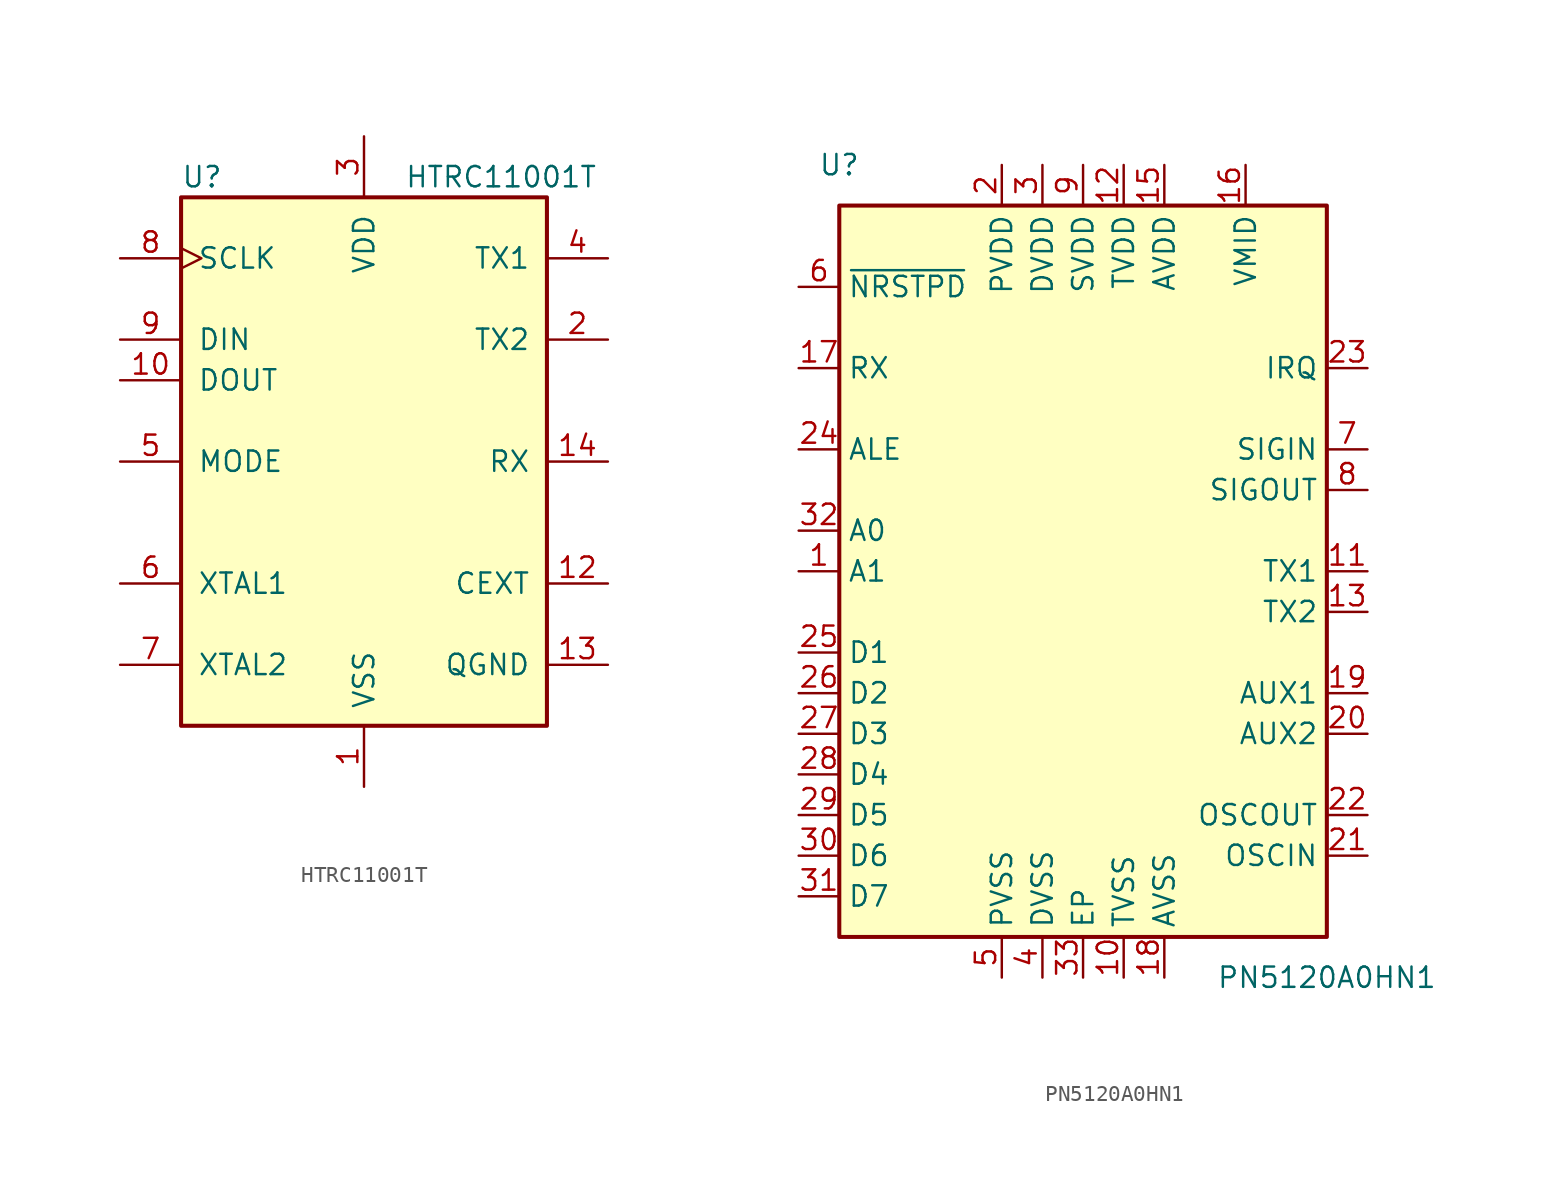
<source format=kicad_sym>
(kicad_symbol_lib
  (version 20241209)
  (generator "kicad_symbol_editor")
  (generator_version "9.0")
  (symbol "HTRC11001T"
    (pin_names
      (offset 1.016))
    (property "Reference" "U"
      (at -11.43 17.78 0)
      (effects (font (size 1.27 1.27)) (justify left)))
    (property "Value" "HTRC11001T"
      (at 2.54 17.78 0)
      (effects (font (size 1.27 1.27)) (justify left)))
    (symbol "HTRC11001T_0_1"
      (rectangle (start -11.43 16.51) (end 11.43 -16.51) (stroke (width 0.254) (type default)) (fill (type background))))
    (symbol "HTRC11001T_1_1"
      (pin input clock (at -15.24 12.7 0) (length 3.81) (name "SCLK" (effects (font (size 1.27 1.27)))) (number "8" (effects (font (size 1.27 1.27)))))
      (pin input line (at -15.24 7.62 0) (length 3.81) (name "DIN" (effects (font (size 1.27 1.27)))) (number "9" (effects (font (size 1.27 1.27)))))
      (pin output line (at -15.24 5.08 0) (length 3.81) (name "DOUT" (effects (font (size 1.27 1.27)))) (number "10" (effects (font (size 1.27 1.27)))))
      (pin input line (at -15.24 0 0) (length 3.81) (name "MODE" (effects (font (size 1.27 1.27)))) (number "5" (effects (font (size 1.27 1.27)))))
      (pin input line (at -15.24 -7.62 0) (length 3.81) (name "XTAL1" (effects (font (size 1.27 1.27)))) (number "6" (effects (font (size 1.27 1.27)))))
      (pin output line (at -15.24 -12.7 0) (length 3.81) (name "XTAL2" (effects (font (size 1.27 1.27)))) (number "7" (effects (font (size 1.27 1.27)))))
      (pin power_in line (at 0 20.32 270) (length 3.81) (name "VDD" (effects (font (size 1.27 1.27)))) (number "3" (effects (font (size 1.27 1.27)))))
      (pin power_in line (at 0 -20.32 90) (length 3.81) (name "VSS" (effects (font (size 1.27 1.27)))) (number "1" (effects (font (size 1.27 1.27)))))
      (pin output line (at 15.24 12.7 180) (length 3.81) (name "TX1" (effects (font (size 1.27 1.27)))) (number "4" (effects (font (size 1.27 1.27)))))
      (pin output line (at 15.24 7.62 180) (length 3.81) (name "TX2" (effects (font (size 1.27 1.27)))) (number "2" (effects (font (size 1.27 1.27)))))
      (pin input line (at 15.24 0 180) (length 3.81) (name "RX" (effects (font (size 1.27 1.27)))) (number "14" (effects (font (size 1.27 1.27)))))
      (pin passive line (at 15.24 -7.62 180) (length 3.81) (name "CEXT" (effects (font (size 1.27 1.27)))) (number "12" (effects (font (size 1.27 1.27)))))
      (pin passive line (at 15.24 -12.7 180) (length 3.81) (name "QGND" (effects (font (size 1.27 1.27)))) (number "13" (effects (font (size 1.27 1.27)))))))
  (symbol "PN5120A0HN1"
    (property "Reference" "U"
      (at -15.24 25.4 0)
      (effects (font (size 1.27 1.27))))
    (property "Value" "PN5120A0HN1"
      (at 15.24 -25.4 0)
      (effects (font (size 1.27 1.27))))
    (symbol "PN5120A0HN1_0_1"
      (rectangle (start -15.24 22.86) (end 15.24 -22.86) (stroke (width 0.254) (type default)) (fill (type background))))
    (symbol "PN5120A0HN1_1_1"
      (pin input line (at -17.78 17.78 0) (length 2.54) (name "~{NRSTPD}" (effects (font (size 1.27 1.27)))) (number "6" (effects (font (size 1.27 1.27)))))
      (pin input line (at -17.78 12.7 0) (length 2.54) (name "RX" (effects (font (size 1.27 1.27)))) (number "17" (effects (font (size 1.27 1.27)))))
      (pin input line (at -17.78 7.62 0) (length 2.54) (name "ALE" (effects (font (size 1.27 1.27)))) (number "24" (effects (font (size 1.27 1.27)))))
      (pin input line (at -17.78 2.54 0) (length 2.54) (name "A0" (effects (font (size 1.27 1.27)))) (number "32" (effects (font (size 1.27 1.27)))))
      (pin input line (at -17.78 0 0) (length 2.54) (name "A1" (effects (font (size 1.27 1.27)))) (number "1" (effects (font (size 1.27 1.27)))))
      (pin bidirectional line (at -17.78 -5.08 0) (length 2.54) (name "D1" (effects (font (size 1.27 1.27)))) (number "25" (effects (font (size 1.27 1.27)))))
      (pin bidirectional line (at -17.78 -7.62 0) (length 2.54) (name "D2" (effects (font (size 1.27 1.27)))) (number "26" (effects (font (size 1.27 1.27)))))
      (pin bidirectional line (at -17.78 -10.16 0) (length 2.54) (name "D3" (effects (font (size 1.27 1.27)))) (number "27" (effects (font (size 1.27 1.27)))))
      (pin bidirectional line (at -17.78 -12.7 0) (length 2.54) (name "D4" (effects (font (size 1.27 1.27)))) (number "28" (effects (font (size 1.27 1.27)))))
      (pin bidirectional line (at -17.78 -15.24 0) (length 2.54) (name "D5" (effects (font (size 1.27 1.27)))) (number "29" (effects (font (size 1.27 1.27)))))
      (pin bidirectional line (at -17.78 -17.78 0) (length 2.54) (name "D6" (effects (font (size 1.27 1.27)))) (number "30" (effects (font (size 1.27 1.27)))))
      (pin bidirectional line (at -17.78 -20.32 0) (length 2.54) (name "D7" (effects (font (size 1.27 1.27)))) (number "31" (effects (font (size 1.27 1.27)))))
      (pin power_in line (at -5.08 25.4 270) (length 2.54) (name "PVDD" (effects (font (size 1.27 1.27)))) (number "2" (effects (font (size 1.27 1.27)))))
      (pin power_in line (at -5.08 -25.4 90) (length 2.54) (name "PVSS" (effects (font (size 1.27 1.27)))) (number "5" (effects (font (size 1.27 1.27)))))
      (pin power_in line (at -2.54 25.4 270) (length 2.54) (name "DVDD" (effects (font (size 1.27 1.27)))) (number "3" (effects (font (size 1.27 1.27)))))
      (pin power_in line (at -2.54 -25.4 90) (length 2.54) (name "DVSS" (effects (font (size 1.27 1.27)))) (number "4" (effects (font (size 1.27 1.27)))))
      (pin power_in line (at 0 25.4 270) (length 2.54) (name "SVDD" (effects (font (size 1.27 1.27)))) (number "9" (effects (font (size 1.27 1.27)))))
      (pin passive line (at 0 -25.4 90) (length 2.54) (name "EP" (effects (font (size 1.27 1.27)))) (number "33" (effects (font (size 1.27 1.27)))))
      (pin power_in line (at 2.54 25.4 270) (length 2.54) (name "TVDD" (effects (font (size 1.27 1.27)))) (number "12" (effects (font (size 1.27 1.27)))))
      (pin power_in line (at 2.54 -25.4 90) (length 2.54) (name "TVSS" (effects (font (size 1.27 1.27)))) (number "10" (effects (font (size 1.27 1.27)))))
      (pin passive line (at 2.54 -25.4 90) (length 2.54) (hide yes) (name "TVSS" (effects (font (size 1.27 1.27)))) (number "14" (effects (font (size 1.27 1.27)))))
      (pin power_in line (at 5.08 25.4 270) (length 2.54) (name "AVDD" (effects (font (size 1.27 1.27)))) (number "15" (effects (font (size 1.27 1.27)))))
      (pin power_in line (at 5.08 -25.4 90) (length 2.54) (name "AVSS" (effects (font (size 1.27 1.27)))) (number "18" (effects (font (size 1.27 1.27)))))
      (pin power_out line (at 10.16 25.4 270) (length 2.54) (name "VMID" (effects (font (size 1.27 1.27)))) (number "16" (effects (font (size 1.27 1.27)))))
      (pin output line (at 17.78 12.7 180) (length 2.54) (name "IRQ" (effects (font (size 1.27 1.27)))) (number "23" (effects (font (size 1.27 1.27)))))
      (pin input line (at 17.78 7.62 180) (length 2.54) (name "SIGIN" (effects (font (size 1.27 1.27)))) (number "7" (effects (font (size 1.27 1.27)))))
      (pin output line (at 17.78 5.08 180) (length 2.54) (name "SIGOUT" (effects (font (size 1.27 1.27)))) (number "8" (effects (font (size 1.27 1.27)))))
      (pin output line (at 17.78 0 180) (length 2.54) (name "TX1" (effects (font (size 1.27 1.27)))) (number "11" (effects (font (size 1.27 1.27)))))
      (pin output line (at 17.78 -2.54 180) (length 2.54) (name "TX2" (effects (font (size 1.27 1.27)))) (number "13" (effects (font (size 1.27 1.27)))))
      (pin output line (at 17.78 -7.62 180) (length 2.54) (name "AUX1" (effects (font (size 1.27 1.27)))) (number "19" (effects (font (size 1.27 1.27)))))
      (pin output line (at 17.78 -10.16 180) (length 2.54) (name "AUX2" (effects (font (size 1.27 1.27)))) (number "20" (effects (font (size 1.27 1.27)))))
      (pin output line (at 17.78 -15.24 180) (length 2.54) (name "OSCOUT" (effects (font (size 1.27 1.27)))) (number "22" (effects (font (size 1.27 1.27)))))
      (pin input line (at 17.78 -17.78 180) (length 2.54) (name "OSCIN" (effects (font (size 1.27 1.27)))) (number "21" (effects (font (size 1.27 1.27))))))))
</source>
